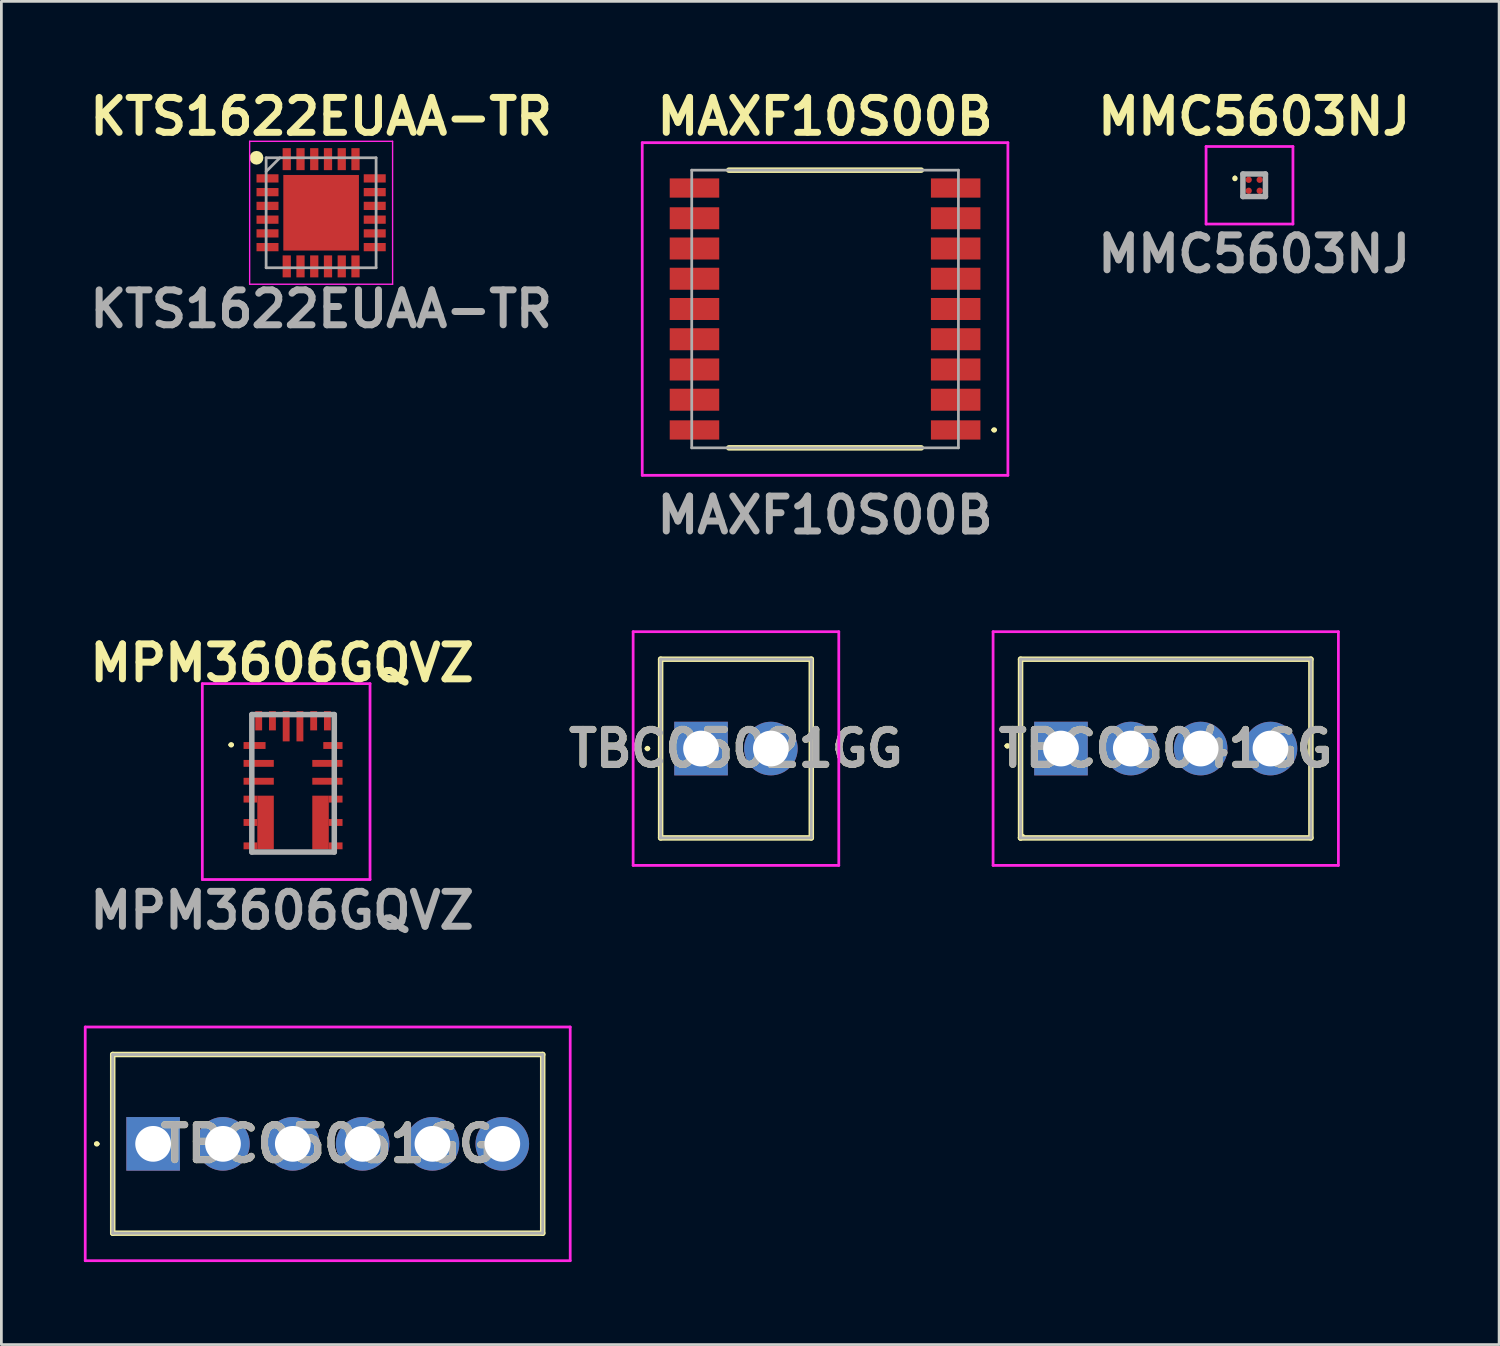
<source format=kicad_pcb>
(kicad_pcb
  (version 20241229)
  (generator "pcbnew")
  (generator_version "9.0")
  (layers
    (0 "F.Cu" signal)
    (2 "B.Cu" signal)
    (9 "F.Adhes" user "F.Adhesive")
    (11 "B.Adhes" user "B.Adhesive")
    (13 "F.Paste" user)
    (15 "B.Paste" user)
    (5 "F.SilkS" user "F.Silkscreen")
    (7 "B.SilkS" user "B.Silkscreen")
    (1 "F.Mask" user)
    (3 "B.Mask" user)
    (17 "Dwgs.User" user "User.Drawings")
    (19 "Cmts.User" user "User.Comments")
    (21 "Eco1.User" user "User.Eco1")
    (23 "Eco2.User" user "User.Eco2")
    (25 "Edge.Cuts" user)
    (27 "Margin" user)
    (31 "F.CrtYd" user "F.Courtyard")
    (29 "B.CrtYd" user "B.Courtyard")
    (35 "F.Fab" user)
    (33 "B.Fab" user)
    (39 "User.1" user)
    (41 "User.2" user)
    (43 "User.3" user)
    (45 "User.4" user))
  (footprint "MPM3606GQVZ"
    (layer "F.Cu")
    (at 6.209 24.066)
    (property "Reference" "MPM3606GQVZ" (at 1 -3 0) (layer "F.SilkS") (effects (font (size 1.27 1.27) (thickness 0.254))))
    (attr smd)
    (fp_line (start -0.9 -0.025) (end -0.9 -0.025) (stroke (width 0.1) (type solid)) (layer "F.SilkS"))
    (fp_line (start -0.8 -0.025) (end -0.8 -0.025) (stroke (width 0.1) (type solid)) (layer "F.SilkS"))
    (fp_line (start 1 3.875) (end 1.8 3.875) (stroke (width 0.1) (type solid)) (layer "F.SilkS"))
    (fp_arc (start -0.9 -0.025) (mid -0.85 -0.075) (end -0.8 -0.025) (stroke (width 0.1) (type solid)) (layer "F.SilkS"))
    (fp_arc (start -0.8 -0.025) (mid -0.85 0.025) (end -0.9 -0.025) (stroke (width 0.1) (type solid)) (layer "F.SilkS"))
    (fp_line (start -1.9 -2.25) (end 4.2 -2.25) (stroke (width 0.1) (type solid)) (layer "F.CrtYd"))
    (fp_line (start -1.9 4.875) (end -1.9 -2.25) (stroke (width 0.1) (type solid)) (layer "F.CrtYd"))
    (fp_line (start 4.2 -2.25) (end 4.2 4.875) (stroke (width 0.1) (type solid)) (layer "F.CrtYd"))
    (fp_line (start 4.2 4.875) (end -1.9 4.875) (stroke (width 0.1) (type solid)) (layer "F.CrtYd"))
    (fp_line (start -0.1 -1.125) (end 2.9 -1.125) (stroke (width 0.2) (type solid)) (layer "F.Fab"))
    (fp_line (start -0.1 3.875) (end -0.1 -1.125) (stroke (width 0.2) (type solid)) (layer "F.Fab"))
    (fp_line (start 2.9 -1.125) (end 2.9 3.875) (stroke (width 0.2) (type solid)) (layer "F.Fab"))
    (fp_line (start 2.9 3.875) (end -0.1 3.875) (stroke (width 0.2) (type solid)) (layer "F.Fab"))
    (fp_text user "${REFERENCE}" (at 1 6 0) (layer "F.Fab") (effects (font (size 1.27 1.27) (thickness 0.254))))
    (pad "1" smd rect (at 0 0 90) (size 0.25 0.8) (layers "F.Cu" "F.Mask" "F.Paste"))
    (pad "2" smd rect (at 0.15 0.65 90) (size 0.25 1.1) (layers "F.Cu" "F.Mask" "F.Paste"))
    (pad "3" smd rect (at 0.15 1.3 90) (size 0.25 1.1) (layers "F.Cu" "F.Mask" "F.Paste"))
    (pad "4" smd rect (at -0.15 1.95 90) (size 0.25 0.5) (layers "F.Cu" "F.Mask" "F.Paste"))
    (pad "5" smd rect (at -0.15 2.8 90) (size 0.25 0.5) (layers "F.Cu" "F.Mask" "F.Paste"))
    (pad "6" smd rect (at -0.15 3.65 90) (size 0.25 0.5) (layers "F.Cu" "F.Mask" "F.Paste"))
    (pad "7" smd rect (at 2.95 3.65 90) (size 0.25 0.5) (layers "F.Cu" "F.Mask" "F.Paste"))
    (pad "8" smd rect (at 2.95 2.8 90) (size 0.25 0.5) (layers "F.Cu" "F.Mask" "F.Paste"))
    (pad "9" smd rect (at 2.95 1.95 90) (size 0.25 0.5) (layers "F.Cu" "F.Mask" "F.Paste"))
    (pad "10" smd rect (at 2.65 1.3 90) (size 0.25 1.1) (layers "F.Cu" "F.Mask" "F.Paste"))
    (pad "11" smd rect (at 2.65 0.65 90) (size 0.25 1.1) (layers "F.Cu" "F.Mask" "F.Paste"))
    (pad "12" smd rect (at 2.85 0 90) (size 0.25 0.7) (layers "F.Cu" "F.Mask" "F.Paste"))
    (pad "13" smd rect (at 2.65 -0.9) (size 0.25 0.7) (layers "F.Cu" "F.Mask" "F.Paste"))
    (pad "14" smd rect (at 2.15 -0.9) (size 0.25 0.7) (layers "F.Cu" "F.Mask" "F.Paste"))
    (pad "15" smd rect (at 1.65 -0.7) (size 0.25 1.1) (layers "F.Cu" "F.Mask" "F.Paste"))
    (pad "16" smd rect (at 1.15 -0.7) (size 0.25 1.1) (layers "F.Cu" "F.Mask" "F.Paste"))
    (pad "17" smd rect (at 0.65 -0.9) (size 0.25 0.7) (layers "F.Cu" "F.Mask" "F.Paste"))
    (pad "18" smd rect (at 0.15 -0.9) (size 0.25 0.7) (layers "F.Cu" "F.Mask" "F.Paste"))
    (pad "19" smd rect (at 0.4 2.8) (size 0.6 1.95) (layers "F.Cu" "F.Mask" "F.Paste"))
    (pad "20" smd rect (at 2.4 2.8) (size 0.6 1.95) (layers "F.Cu" "F.Mask" "F.Paste")))
  (footprint "MAXF10S00B"
    (layer "F.Cu")
    (at 26.96 8.189)
    (property "Reference" "MAXF10S00B" (at 0 -7 0) (layer "F.SilkS") (effects (font (size 1.27 1.27) (thickness 0.254))))
    (attr smd)
    (fp_line (start 3.5 -5.05) (end -3.5 -5.05) (stroke (width 0.2) (type solid)) (layer "F.SilkS"))
    (fp_line (start 3.5 5.05) (end -3.5 5.05) (stroke (width 0.2) (type solid)) (layer "F.SilkS"))
    (fp_line (start 6.1 4.4) (end 6.1 4.4) (stroke (width 0.1) (type solid)) (layer "F.SilkS"))
    (fp_line (start 6.2 4.4) (end 6.2 4.4) (stroke (width 0.1) (type solid)) (layer "F.SilkS"))
    (fp_arc (start 6.1 4.4) (mid 6.15 4.35) (end 6.2 4.4) (stroke (width 0.1) (type solid)) (layer "F.SilkS"))
    (fp_arc (start 6.2 4.4) (mid 6.15 4.45) (end 6.1 4.4) (stroke (width 0.1) (type solid)) (layer "F.SilkS"))
    (fp_line (start -6.65 -6.05) (end 6.65 -6.05) (stroke (width 0.1) (type solid)) (layer "F.CrtYd"))
    (fp_line (start -6.65 6.05) (end -6.65 -6.05) (stroke (width 0.1) (type solid)) (layer "F.CrtYd"))
    (fp_line (start 6.65 -6.05) (end 6.65 6.05) (stroke (width 0.1) (type solid)) (layer "F.CrtYd"))
    (fp_line (start 6.65 6.05) (end -6.65 6.05) (stroke (width 0.1) (type solid)) (layer "F.CrtYd"))
    (fp_line (start -4.85 -5.05) (end 4.85 -5.05) (stroke (width 0.1) (type solid)) (layer "F.Fab"))
    (fp_line (start -4.85 5.05) (end -4.85 -5.05) (stroke (width 0.1) (type solid)) (layer "F.Fab"))
    (fp_line (start 4.85 -5.05) (end 4.85 5.05) (stroke (width 0.1) (type solid)) (layer "F.Fab"))
    (fp_line (start 4.85 5.05) (end -4.85 5.05) (stroke (width 0.1) (type solid)) (layer "F.Fab"))
    (fp_text user "${REFERENCE}" (at 0 7.5 0) (layer "F.Fab") (effects (font (size 1.27 1.27) (thickness 0.254))))
    (pad "1" smd rect (at 4.75 4.4 90) (size 0.7 1.8) (layers "F.Cu" "F.Mask" "F.Paste"))
    (pad "2" smd rect (at 4.75 3.3 90) (size 0.8 1.8) (layers "F.Cu" "F.Mask" "F.Paste"))
    (pad "3" smd rect (at 4.75 2.2 90) (size 0.8 1.8) (layers "F.Cu" "F.Mask" "F.Paste"))
    (pad "4" smd rect (at 4.75 1.1 90) (size 0.8 1.8) (layers "F.Cu" "F.Mask" "F.Paste"))
    (pad "5" smd rect (at 4.75 0 90) (size 0.8 1.8) (layers "F.Cu" "F.Mask" "F.Paste"))
    (pad "6" smd rect (at 4.75 -1.1 90) (size 0.8 1.8) (layers "F.Cu" "F.Mask" "F.Paste"))
    (pad "7" smd rect (at 4.75 -2.2 90) (size 0.8 1.8) (layers "F.Cu" "F.Mask" "F.Paste"))
    (pad "8" smd rect (at 4.75 -3.3 90) (size 0.8 1.8) (layers "F.Cu" "F.Mask" "F.Paste"))
    (pad "9" smd rect (at 4.75 -4.4 90) (size 0.7 1.8) (layers "F.Cu" "F.Mask" "F.Paste"))
    (pad "10" smd rect (at -4.75 -4.4 90) (size 0.7 1.8) (layers "F.Cu" "F.Mask" "F.Paste"))
    (pad "11" smd rect (at -4.75 -3.3 90) (size 0.8 1.8) (layers "F.Cu" "F.Mask" "F.Paste"))
    (pad "12" smd rect (at -4.75 -2.2 90) (size 0.8 1.8) (layers "F.Cu" "F.Mask" "F.Paste"))
    (pad "13" smd rect (at -4.75 -1.1 90) (size 0.8 1.8) (layers "F.Cu" "F.Mask" "F.Paste"))
    (pad "14" smd rect (at -4.75 0 90) (size 0.8 1.8) (layers "F.Cu" "F.Mask" "F.Paste"))
    (pad "15" smd rect (at -4.75 1.1 90) (size 0.8 1.8) (layers "F.Cu" "F.Mask" "F.Paste"))
    (pad "16" smd rect (at -4.75 2.2 90) (size 0.8 1.8) (layers "F.Cu" "F.Mask" "F.Paste"))
    (pad "17" smd rect (at -4.75 3.3 90) (size 0.8 1.8) (layers "F.Cu" "F.Mask" "F.Paste"))
    (pad "18" smd rect (at -4.75 4.4 90) (size 0.7 1.8) (layers "F.Cu" "F.Mask" "F.Paste")))
  (footprint "KTS1622EUAA-TR"
    (layer "F.Cu")
    (at 8.63 4.689)
    (property "Reference" "KTS1622EUAA-TR" (at 0 -3.5 0) (layer "F.SilkS") (effects (font (size 1.27 1.27) (thickness 0.254))))
    (attr smd)
    (fp_circle (center -2.35 -2) (end -2.35 -1.875) (stroke (width 0.25) (type solid)) (fill no) (layer "F.SilkS"))
    (fp_line (start -2.6 -2.6) (end 2.6 -2.6) (stroke (width 0.05) (type solid)) (layer "F.CrtYd"))
    (fp_line (start -2.6 2.6) (end -2.6 -2.6) (stroke (width 0.05) (type solid)) (layer "F.CrtYd"))
    (fp_line (start 2.6 -2.6) (end 2.6 2.6) (stroke (width 0.05) (type solid)) (layer "F.CrtYd"))
    (fp_line (start 2.6 2.6) (end -2.6 2.6) (stroke (width 0.05) (type solid)) (layer "F.CrtYd"))
    (fp_line (start -2 -2) (end 2 -2) (stroke (width 0.1) (type solid)) (layer "F.Fab"))
    (fp_line (start -2 -1.5) (end -1.5 -2) (stroke (width 0.1) (type solid)) (layer "F.Fab"))
    (fp_line (start -2 2) (end -2 -2) (stroke (width 0.1) (type solid)) (layer "F.Fab"))
    (fp_line (start 2 -2) (end 2 2) (stroke (width 0.1) (type solid)) (layer "F.Fab"))
    (fp_line (start 2 2) (end -2 2) (stroke (width 0.1) (type solid)) (layer "F.Fab"))
    (fp_text user "${REFERENCE}" (at 0 3.5 0) (layer "F.Fab") (effects (font (size 1.27 1.27) (thickness 0.254))))
    (pad "1" smd rect (at -1.95 -1.25 90) (size 0.3 0.8) (layers "F.Cu" "F.Mask" "F.Paste"))
    (pad "2" smd rect (at -1.95 -0.75 90) (size 0.3 0.8) (layers "F.Cu" "F.Mask" "F.Paste"))
    (pad "3" smd rect (at -1.95 -0.25 90) (size 0.3 0.8) (layers "F.Cu" "F.Mask" "F.Paste"))
    (pad "4" smd rect (at -1.95 0.25 90) (size 0.3 0.8) (layers "F.Cu" "F.Mask" "F.Paste"))
    (pad "5" smd rect (at -1.95 0.75 90) (size 0.3 0.8) (layers "F.Cu" "F.Mask" "F.Paste"))
    (pad "6" smd rect (at -1.95 1.25 90) (size 0.3 0.8) (layers "F.Cu" "F.Mask" "F.Paste"))
    (pad "7" smd rect (at -1.25 1.95) (size 0.3 0.8) (layers "F.Cu" "F.Mask" "F.Paste"))
    (pad "8" smd rect (at -0.75 1.95) (size 0.3 0.8) (layers "F.Cu" "F.Mask" "F.Paste"))
    (pad "9" smd rect (at -0.25 1.95) (size 0.3 0.8) (layers "F.Cu" "F.Mask" "F.Paste"))
    (pad "10" smd rect (at 0.25 1.95) (size 0.3 0.8) (layers "F.Cu" "F.Mask" "F.Paste"))
    (pad "11" smd rect (at 0.75 1.95) (size 0.3 0.8) (layers "F.Cu" "F.Mask" "F.Paste"))
    (pad "12" smd rect (at 1.25 1.95) (size 0.3 0.8) (layers "F.Cu" "F.Mask" "F.Paste"))
    (pad "13" smd rect (at 1.95 1.25 90) (size 0.3 0.8) (layers "F.Cu" "F.Mask" "F.Paste"))
    (pad "14" smd rect (at 1.95 0.75 90) (size 0.3 0.8) (layers "F.Cu" "F.Mask" "F.Paste"))
    (pad "15" smd rect (at 1.95 0.25 90) (size 0.3 0.8) (layers "F.Cu" "F.Mask" "F.Paste"))
    (pad "16" smd rect (at 1.95 -0.25 90) (size 0.3 0.8) (layers "F.Cu" "F.Mask" "F.Paste"))
    (pad "17" smd rect (at 1.95 -0.75 90) (size 0.3 0.8) (layers "F.Cu" "F.Mask" "F.Paste"))
    (pad "18" smd rect (at 1.95 -1.25 90) (size 0.3 0.8) (layers "F.Cu" "F.Mask" "F.Paste"))
    (pad "19" smd rect (at 1.25 -1.95) (size 0.3 0.8) (layers "F.Cu" "F.Mask" "F.Paste"))
    (pad "20" smd rect (at 0.75 -1.95) (size 0.3 0.8) (layers "F.Cu" "F.Mask" "F.Paste"))
    (pad "21" smd rect (at 0.25 -1.95) (size 0.3 0.8) (layers "F.Cu" "F.Mask" "F.Paste"))
    (pad "22" smd rect (at -0.25 -1.95) (size 0.3 0.8) (layers "F.Cu" "F.Mask" "F.Paste"))
    (pad "23" smd rect (at -0.75 -1.95) (size 0.3 0.8) (layers "F.Cu" "F.Mask" "F.Paste"))
    (pad "24" smd rect (at -1.25 -1.95) (size 0.3 0.8) (layers "F.Cu" "F.Mask" "F.Paste"))
    (pad "25" smd rect (at 0 0) (size 2.75 2.75) (layers "F.Cu" "F.Mask" "F.Paste")))
  (footprint "TBC05041GG"
    (layer "F.Cu")
    (at 35.541 24.177)
    (property "Reference" "TBC05041GG" (at 3.81 0 0) (layer "F.SilkS") (effects (font (size 1.27 1.27) (thickness 0.254))))
    (attr through_hole)
    (fp_line (start -2 -0.1) (end -2 -0.1) (stroke (width 0.1) (type solid)) (layer "F.SilkS"))
    (fp_line (start -2 -0.1) (end -2 -0.1) (stroke (width 0.1) (type solid)) (layer "F.SilkS"))
    (fp_line (start -1.9 -0.1) (end -1.9 -0.1) (stroke (width 0.1) (type solid)) (layer "F.SilkS"))
    (fp_line (start -1.47 -3.25) (end 9.09 -3.25) (stroke (width 0.2) (type solid)) (layer "F.SilkS"))
    (fp_line (start -1.47 3.25) (end -1.47 -3.25) (stroke (width 0.2) (type solid)) (layer "F.SilkS"))
    (fp_line (start -1.47 3.25) (end -1.4 3.2) (stroke (width 0.2) (type solid)) (layer "F.SilkS"))
    (fp_line (start 9.09 -3.25) (end 9.09 3.25) (stroke (width 0.2) (type solid)) (layer "F.SilkS"))
    (fp_line (start 9.09 3.25) (end -1.47 3.25) (stroke (width 0.2) (type solid)) (layer "F.SilkS"))
    (fp_arc (start -2 -0.1) (mid -1.95 -0.15) (end -1.9 -0.1) (stroke (width 0.1) (type solid)) (layer "F.SilkS"))
    (fp_arc (start -1.9 -0.1) (mid -1.95 -0.05) (end -2 -0.1) (stroke (width 0.1) (type solid)) (layer "F.SilkS"))
    (fp_arc (start -1.9 -0.1) (mid -1.95 -0.05) (end -2 -0.1) (stroke (width 0.1) (type solid)) (layer "F.SilkS"))
    (fp_line (start -2.47 -4.25) (end 10.09 -4.25) (stroke (width 0.1) (type solid)) (layer "F.CrtYd"))
    (fp_line (start -2.47 4.25) (end -2.47 -4.25) (stroke (width 0.1) (type solid)) (layer "F.CrtYd"))
    (fp_line (start 10.09 -4.25) (end 10.09 4.25) (stroke (width 0.1) (type solid)) (layer "F.CrtYd"))
    (fp_line (start 10.09 4.25) (end -2.47 4.25) (stroke (width 0.1) (type solid)) (layer "F.CrtYd"))
    (fp_line (start -1.47 -3.25) (end -1.47 3.25) (stroke (width 0.1) (type solid)) (layer "F.Fab"))
    (fp_line (start -1.47 3.25) (end 9.09 3.25) (stroke (width 0.1) (type solid)) (layer "F.Fab"))
    (fp_line (start 9.09 -3.25) (end -1.47 -3.25) (stroke (width 0.1) (type solid)) (layer "F.Fab"))
    (fp_line (start 9.09 3.25) (end 9.09 -3.25) (stroke (width 0.1) (type solid)) (layer "F.Fab"))
    (fp_text user "${REFERENCE}" (at 3.81 0 0) (layer "F.Fab") (effects (font (size 1.27 1.27) (thickness 0.254))))
    (pad "1" thru_hole rect (at 0 0) (size 1.95 1.95) (drill 1.3) (layers "*.Cu" "*.Mask"))
    (pad "2" thru_hole circle (at 2.54 0) (size 1.95 1.95) (drill 1.3) (layers "*.Cu" "*.Mask"))
    (pad "3" thru_hole circle (at 5.08 0) (size 1.95 1.95) (drill 1.3) (layers "*.Cu" "*.Mask"))
    (pad "4" thru_hole circle (at 7.62 0) (size 1.95 1.95) (drill 1.3) (layers "*.Cu" "*.Mask")))
  (footprint "TBC05061GG"
    (layer "F.Cu")
    (at 2.52 38.555)
    (property "Reference" "TBC05061GG" (at 6.35 0 0) (layer "F.SilkS") (effects (font (size 1.27 1.27) (thickness 0.254))))
    (attr through_hole)
    (fp_line (start -2.1 0) (end -2.1 0) (stroke (width 0.1) (type solid)) (layer "F.SilkS"))
    (fp_line (start -2 0) (end -2 0) (stroke (width 0.1) (type solid)) (layer "F.SilkS"))
    (fp_line (start -1.47 -3.25) (end 14.17 -3.25) (stroke (width 0.2) (type solid)) (layer "F.SilkS"))
    (fp_line (start -1.47 3.25) (end -1.47 -3.25) (stroke (width 0.2) (type solid)) (layer "F.SilkS"))
    (fp_line (start 14.17 -3.25) (end 14.17 3.25) (stroke (width 0.2) (type solid)) (layer "F.SilkS"))
    (fp_line (start 14.17 3.25) (end -1.47 3.25) (stroke (width 0.2) (type solid)) (layer "F.SilkS"))
    (fp_arc (start -2.1 0) (mid -2.05 -0.05) (end -2 0) (stroke (width 0.1) (type solid)) (layer "F.SilkS"))
    (fp_arc (start -2 0) (mid -2.05 0.05) (end -2.1 0) (stroke (width 0.1) (type solid)) (layer "F.SilkS"))
    (fp_line (start -2.47 -4.25) (end 15.17 -4.25) (stroke (width 0.1) (type solid)) (layer "F.CrtYd"))
    (fp_line (start -2.47 4.25) (end -2.47 -4.25) (stroke (width 0.1) (type solid)) (layer "F.CrtYd"))
    (fp_line (start 15.17 -4.25) (end 15.17 4.25) (stroke (width 0.1) (type solid)) (layer "F.CrtYd"))
    (fp_line (start 15.17 4.25) (end -2.47 4.25) (stroke (width 0.1) (type solid)) (layer "F.CrtYd"))
    (fp_line (start -1.47 -3.25) (end 14.17 -3.25) (stroke (width 0.1) (type solid)) (layer "F.Fab"))
    (fp_line (start -1.47 3.25) (end -1.47 -3.25) (stroke (width 0.1) (type solid)) (layer "F.Fab"))
    (fp_line (start 14.17 -3.25) (end 14.17 3.25) (stroke (width 0.1) (type solid)) (layer "F.Fab"))
    (fp_line (start 14.17 3.25) (end -1.47 3.25) (stroke (width 0.1) (type solid)) (layer "F.Fab"))
    (fp_text user "${REFERENCE}" (at 6.35 0 0) (layer "F.Fab") (effects (font (size 1.27 1.27) (thickness 0.254))))
    (pad "1" thru_hole rect (at 0 0) (size 1.95 1.95) (drill 1.3) (layers "*.Cu" "*.Mask"))
    (pad "2" thru_hole circle (at 2.54 0) (size 1.95 1.95) (drill 1.3) (layers "*.Cu" "*.Mask"))
    (pad "3" thru_hole circle (at 5.08 0) (size 1.95 1.95) (drill 1.3) (layers "*.Cu" "*.Mask"))
    (pad "4" thru_hole circle (at 7.62 0) (size 1.95 1.95) (drill 1.3) (layers "*.Cu" "*.Mask"))
    (pad "5" thru_hole circle (at 10.16 0) (size 1.95 1.95) (drill 1.3) (layers "*.Cu" "*.Mask"))
    (pad "6" thru_hole circle (at 12.7 0) (size 1.95 1.95) (drill 1.3) (layers "*.Cu" "*.Mask")))
  (footprint "MMC5603NJ"
    (layer "F.Cu")
    (at 42.568 3.689)
    (property "Reference" "MMC5603NJ" (at 0 -2.5 0) (layer "F.SilkS") (effects (font (size 1.27 1.27) (thickness 0.254))))
    (attr smd)
    (fp_line (start -0.7 -0.3) (end -0.7 -0.3) (stroke (width 0.1) (type solid)) (layer "F.SilkS"))
    (fp_line (start -0.7 -0.2) (end -0.7 -0.2) (stroke (width 0.1) (type solid)) (layer "F.SilkS"))
    (fp_arc (start -0.7 -0.3) (mid -0.65 -0.25) (end -0.7 -0.2) (stroke (width 0.1) (type solid)) (layer "F.SilkS"))
    (fp_arc (start -0.7 -0.2) (mid -0.75 -0.25) (end -0.7 -0.3) (stroke (width 0.1) (type solid)) (layer "F.SilkS"))
    (fp_line (start -1.75 -1.41) (end 1.41 -1.41) (stroke (width 0.1) (type solid)) (layer "F.CrtYd"))
    (fp_line (start -1.75 1.41) (end -1.75 -1.41) (stroke (width 0.1) (type solid)) (layer "F.CrtYd"))
    (fp_line (start 1.41 -1.41) (end 1.41 1.41) (stroke (width 0.1) (type solid)) (layer "F.CrtYd"))
    (fp_line (start 1.41 1.41) (end -1.75 1.41) (stroke (width 0.1) (type solid)) (layer "F.CrtYd"))
    (fp_line (start -0.41 -0.41) (end 0.41 -0.41) (stroke (width 0.2) (type solid)) (layer "F.Fab"))
    (fp_line (start -0.41 0.41) (end -0.41 -0.41) (stroke (width 0.2) (type solid)) (layer "F.Fab"))
    (fp_line (start 0.41 -0.41) (end 0.41 0.41) (stroke (width 0.2) (type solid)) (layer "F.Fab"))
    (fp_line (start 0.41 0.41) (end -0.41 0.41) (stroke (width 0.2) (type solid)) (layer "F.Fab"))
    (fp_text user "${REFERENCE}" (at 0 2.5 0) (layer "F.Fab") (effects (font (size 1.27 1.27) (thickness 0.254))))
    (pad "A1" smd circle (at -0.2 -0.2 90) (size 0.23 0.23) (layers "F.Cu" "F.Mask" "F.Paste"))
    (pad "A2" smd circle (at 0.2 -0.2 90) (size 0.23 0.23) (layers "F.Cu" "F.Mask" "F.Paste"))
    (pad "B1" smd circle (at -0.2 0.2 90) (size 0.23 0.23) (layers "F.Cu" "F.Mask" "F.Paste"))
    (pad "B2" smd circle (at 0.2 0.2 90) (size 0.23 0.23) (layers "F.Cu" "F.Mask" "F.Paste")))
  (footprint "TBC05021GG"
    (layer "F.Cu")
    (at 22.449 24.177)
    (property "Reference" "TBC05021GG" (at 1.27 0 0) (layer "F.SilkS") (effects (font (size 1.27 1.27) (thickness 0.254))))
    (attr through_hole)
    (fp_line (start -2 0) (end -2 0) (stroke (width 0.1) (type solid)) (layer "F.SilkS"))
    (fp_line (start -1.9 0) (end -1.9 0) (stroke (width 0.1) (type solid)) (layer "F.SilkS"))
    (fp_line (start -1.47 -3.25) (end 4.01 -3.25) (stroke (width 0.2) (type solid)) (layer "F.SilkS"))
    (fp_line (start -1.47 3.25) (end -1.47 -3.25) (stroke (width 0.2) (type solid)) (layer "F.SilkS"))
    (fp_line (start 4.01 -3.25) (end 4.01 3.25) (stroke (width 0.2) (type solid)) (layer "F.SilkS"))
    (fp_line (start 4.01 3.25) (end -1.47 3.25) (stroke (width 0.2) (type solid)) (layer "F.SilkS"))
    (fp_arc (start -2 0) (mid -1.95 -0.05) (end -1.9 0) (stroke (width 0.1) (type solid)) (layer "F.SilkS"))
    (fp_arc (start -1.9 0) (mid -1.95 0.05) (end -2 0) (stroke (width 0.1) (type solid)) (layer "F.SilkS"))
    (fp_line (start -2.47 -4.25) (end 5.01 -4.25) (stroke (width 0.1) (type solid)) (layer "F.CrtYd"))
    (fp_line (start -2.47 4.25) (end -2.47 -4.25) (stroke (width 0.1) (type solid)) (layer "F.CrtYd"))
    (fp_line (start 5.01 -4.25) (end 5.01 4.25) (stroke (width 0.1) (type solid)) (layer "F.CrtYd"))
    (fp_line (start 5.01 4.25) (end -2.47 4.25) (stroke (width 0.1) (type solid)) (layer "F.CrtYd"))
    (fp_line (start -1.47 -3.25) (end 4.01 -3.25) (stroke (width 0.1) (type solid)) (layer "F.Fab"))
    (fp_line (start -1.47 3.25) (end -1.47 -3.25) (stroke (width 0.1) (type solid)) (layer "F.Fab"))
    (fp_line (start 4.01 -3.25) (end 4.01 3.25) (stroke (width 0.1) (type solid)) (layer "F.Fab"))
    (fp_line (start 4.01 3.25) (end -1.47 3.25) (stroke (width 0.1) (type solid)) (layer "F.Fab"))
    (fp_text user "${REFERENCE}" (at 1.27 0 0) (layer "F.Fab") (effects (font (size 1.27 1.27) (thickness 0.254))))
    (pad "1" thru_hole rect (at 0 0) (size 1.95 1.95) (drill 1.3) (layers "*.Cu" "*.Mask"))
    (pad "2" thru_hole circle (at 2.54 0) (size 1.95 1.95) (drill 1.3) (layers "*.Cu" "*.Mask")))
  (gr_rect
    (start -3 -3)
    (end 51.477 45.855)
    (stroke (width 0.1) (type default))
    (fill no)
    (layer "Edge.Cuts")))
</source>
